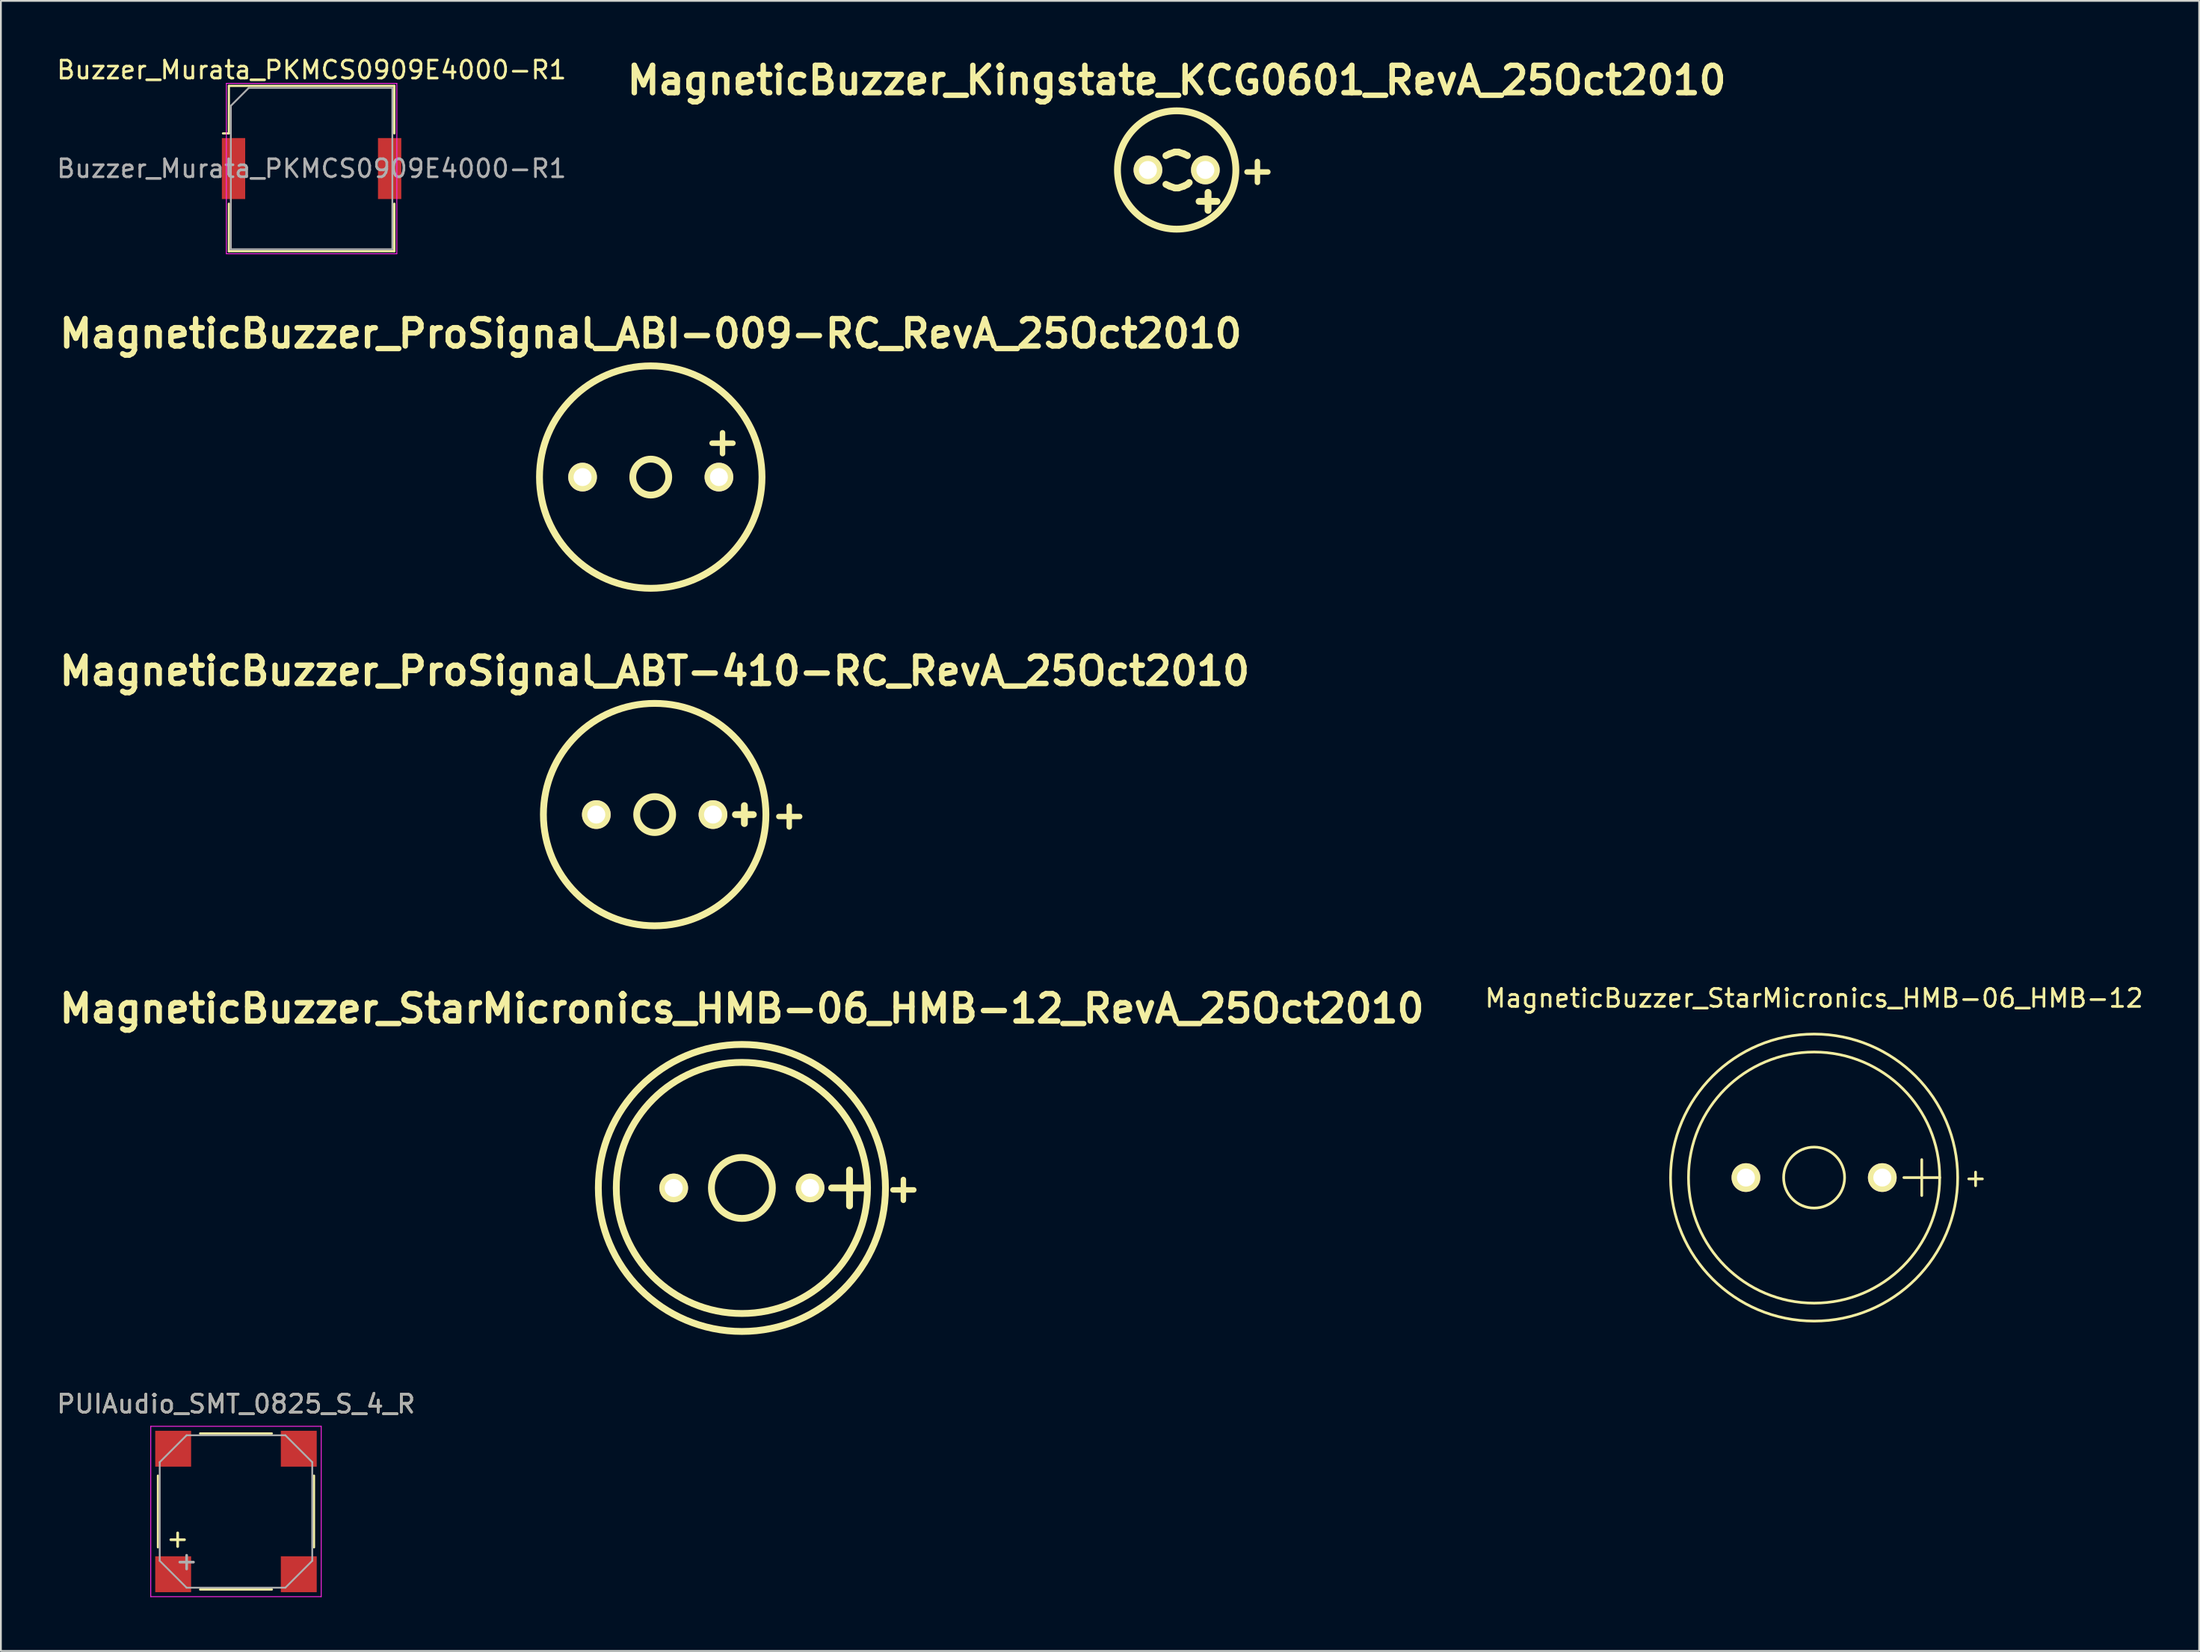
<source format=kicad_pcb>
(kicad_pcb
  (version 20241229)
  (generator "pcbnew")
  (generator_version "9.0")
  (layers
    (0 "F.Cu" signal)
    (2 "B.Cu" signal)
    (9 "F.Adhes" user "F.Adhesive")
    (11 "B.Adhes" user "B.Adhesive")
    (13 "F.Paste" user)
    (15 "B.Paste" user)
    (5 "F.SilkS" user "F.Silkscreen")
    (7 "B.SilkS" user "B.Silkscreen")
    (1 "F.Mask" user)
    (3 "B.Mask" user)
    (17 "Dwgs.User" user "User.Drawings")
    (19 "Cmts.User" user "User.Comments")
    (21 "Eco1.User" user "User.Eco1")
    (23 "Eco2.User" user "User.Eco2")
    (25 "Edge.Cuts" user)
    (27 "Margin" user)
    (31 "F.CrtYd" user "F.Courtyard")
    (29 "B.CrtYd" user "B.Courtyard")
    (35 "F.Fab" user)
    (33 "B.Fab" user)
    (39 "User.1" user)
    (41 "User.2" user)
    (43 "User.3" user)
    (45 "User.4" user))
  (footprint "MagneticBuzzer_StarMicronics_HMB-06_HMB-12_RevA_25Oct2010"
    (layer "F.Cu")
    (at 38.296 63.186)
    (property "Reference" "MagneticBuzzer_StarMicronics_HMB-06_HMB-12_RevA_25Oct2010" (at 0 -10 0) (layer "F.SilkS") (effects (font (size 1.524 1.524) (thickness 0.305))))
    (attr through_hole)
    (fp_line (start 5.001 0) (end 7 0) (stroke (width 0.381) (type solid)) (layer "F.SilkS"))
    (fp_line (start 5.999 -1.001) (end 5.999 1.001) (stroke (width 0.381) (type solid)) (layer "F.SilkS"))
    (fp_circle (center 0 0) (end 1.699 0) (stroke (width 0.381) (type solid)) (fill no) (layer "F.SilkS"))
    (fp_circle (center 0 0) (end 7 0) (stroke (width 0.381) (type solid)) (fill no) (layer "F.SilkS"))
    (fp_circle (center 0 0) (end 8.001 0) (stroke (width 0.381) (type solid)) (fill no) (layer "F.SilkS"))
    (fp_text user "+" (at 8.999 0 0) (layer "F.SilkS") (effects (font (size 1.524 1.524) (thickness 0.305))))
    (pad "1" thru_hole circle (at -3.8 0) (size 1.6 1.6) (drill 1.001) (layers "*.Cu" "*.Mask" "F.SilkS"))
    (pad "2" thru_hole circle (at 3.8 0) (size 1.6 1.6) (drill 1.001) (layers "*.Cu" "*.Mask" "F.SilkS")))
  (footprint "Buzzer_Murata_PKMCS0909E4000-R1"
    (layer "F.Cu")
    (at 14.315 6.348)
    (property "Reference" "Buzzer_Murata_PKMCS0909E4000-R1" (at 0 -5.5 0) (layer "F.SilkS") (effects (font (size 1 1) (thickness 0.15))))
    (attr smd)
    (fp_line (start -4.61 -4.61) (end 4.61 -4.61) (stroke (width 0.12) (type solid)) (layer "F.SilkS"))
    (fp_line (start -4.61 -1.96) (end -4.94 -1.96) (stroke (width 0.12) (type solid)) (layer "F.SilkS"))
    (fp_line (start -4.61 -1.96) (end -4.61 -4.61) (stroke (width 0.12) (type solid)) (layer "F.SilkS"))
    (fp_line (start -4.61 4.61) (end -4.61 1.96) (stroke (width 0.12) (type solid)) (layer "F.SilkS"))
    (fp_line (start 4.61 -4.61) (end 4.61 -1.96) (stroke (width 0.12) (type solid)) (layer "F.SilkS"))
    (fp_line (start 4.61 1.96) (end 4.61 4.61) (stroke (width 0.12) (type solid)) (layer "F.SilkS"))
    (fp_line (start 4.61 4.61) (end -4.61 4.61) (stroke (width 0.12) (type solid)) (layer "F.SilkS"))
    (fp_line (start -4.75 -4.75) (end 4.75 -4.75) (stroke (width 0.05) (type solid)) (layer "F.CrtYd"))
    (fp_line (start -4.75 4.75) (end -4.75 -4.75) (stroke (width 0.05) (type solid)) (layer "F.CrtYd"))
    (fp_line (start 4.75 4.75) (end -4.75 4.75) (stroke (width 0.05) (type solid)) (layer "F.CrtYd"))
    (fp_line (start 4.75 4.75) (end 4.75 -4.75) (stroke (width 0.05) (type solid)) (layer "F.CrtYd"))
    (fp_line (start -4.5 -3.5) (end -3.5 -4.5) (stroke (width 0.1) (type solid)) (layer "F.Fab"))
    (fp_line (start -4.5 4.5) (end -4.5 -3.5) (stroke (width 0.1) (type solid)) (layer "F.Fab"))
    (fp_line (start -3.5 -4.5) (end 4.5 -4.5) (stroke (width 0.1) (type solid)) (layer "F.Fab"))
    (fp_line (start 4.5 -4.5) (end 4.5 4.5) (stroke (width 0.1) (type solid)) (layer "F.Fab"))
    (fp_line (start 4.5 4.5) (end -4.5 4.5) (stroke (width 0.1) (type solid)) (layer "F.Fab"))
    (fp_text user "${REFERENCE}" (at 0 0 0) (layer "F.Fab") (effects (font (size 1 1) (thickness 0.15))))
    (pad "1" smd rect (at -4.35 0) (size 1.3 3.4) (layers "F.Cu" "F.Mask" "F.Paste"))
    (pad "2" smd rect (at 4.35 0) (size 1.3 3.4) (layers "F.Cu" "F.Mask" "F.Paste")))
  (footprint "MagneticBuzzer_Kingstate_KCG0601_RevA_25Oct2010"
    (layer "F.Cu")
    (at 62.525 6.428)
    (property "Reference" "MagneticBuzzer_Kingstate_KCG0601_RevA_25Oct2010" (at 0 -5.001 0) (layer "F.SilkS") (effects (font (size 1.524 1.524) (thickness 0.305))))
    (attr through_hole)
    (fp_line (start -0.399 -0.899) (end -0.599 -0.8) (stroke (width 0.381) (type solid)) (layer "F.SilkS"))
    (fp_line (start -0.399 0.899) (end -0.599 0.8) (stroke (width 0.381) (type solid)) (layer "F.SilkS"))
    (fp_line (start -0.099 -1.001) (end -0.399 -0.899) (stroke (width 0.381) (type solid)) (layer "F.SilkS"))
    (fp_line (start -0.099 1.001) (end -0.399 0.899) (stroke (width 0.381) (type solid)) (layer "F.SilkS"))
    (fp_line (start 0.099 -1.001) (end -0.099 -1.001) (stroke (width 0.381) (type solid)) (layer "F.SilkS"))
    (fp_line (start 0.099 1.001) (end -0.099 1.001) (stroke (width 0.381) (type solid)) (layer "F.SilkS"))
    (fp_line (start 0.399 -0.899) (end 0.099 -1.001) (stroke (width 0.381) (type solid)) (layer "F.SilkS"))
    (fp_line (start 0.399 0.899) (end 0.099 1.001) (stroke (width 0.381) (type solid)) (layer "F.SilkS"))
    (fp_line (start 0.599 -0.8) (end 0.399 -0.899) (stroke (width 0.381) (type solid)) (layer "F.SilkS"))
    (fp_line (start 0.599 0.8) (end 0.399 0.899) (stroke (width 0.381) (type solid)) (layer "F.SilkS"))
    (fp_line (start 0.701 0.701) (end 0.599 0.8) (stroke (width 0.381) (type solid)) (layer "F.SilkS"))
    (fp_line (start 1.25 1.75) (end 2.25 1.75) (stroke (width 0.381) (type solid)) (layer "F.SilkS"))
    (fp_line (start 1.75 1.25) (end 1.75 2.25) (stroke (width 0.381) (type solid)) (layer "F.SilkS"))
    (fp_circle (center 0 0) (end 3.299 0) (stroke (width 0.381) (type solid)) (fill no) (layer "F.SilkS"))
    (fp_text user "+" (at 4.501 0 0) (layer "F.SilkS") (effects (font (size 1.524 1.524) (thickness 0.305))))
    (pad "1" thru_hole circle (at -1.6 0) (size 1.6 1.6) (drill 1.001) (layers "*.Cu" "*.Mask" "F.SilkS"))
    (pad "2" thru_hole circle (at 1.6 0) (size 1.6 1.6) (drill 1.001) (layers "*.Cu" "*.Mask" "F.SilkS")))
  (footprint "MagneticBuzzer_ProSignal_ABI-009-RC_RevA_25Oct2010"
    (layer "F.Cu")
    (at 33.216 23.551)
    (property "Reference" "MagneticBuzzer_ProSignal_ABI-009-RC_RevA_25Oct2010" (at 0 -8.001 0) (layer "F.SilkS") (effects (font (size 1.524 1.524) (thickness 0.305))))
    (attr through_hole)
    (fp_circle (center 0 0) (end 1.001 0) (stroke (width 0.381) (type solid)) (fill no) (layer "F.SilkS"))
    (fp_circle (center 0 0) (end 6.2 0) (stroke (width 0.381) (type solid)) (fill no) (layer "F.SilkS"))
    (fp_text user "+" (at 4 -1.999 0) (layer "F.SilkS") (effects (font (size 1.524 1.524) (thickness 0.305))))
    (pad "1" thru_hole circle (at -3.8 0) (size 1.6 1.6) (drill 1.001) (layers "*.Cu" "*.Mask" "F.SilkS"))
    (pad "2" thru_hole circle (at 3.8 0) (size 1.6 1.6) (drill 1.001) (layers "*.Cu" "*.Mask" "F.SilkS")))
  (footprint "MagneticBuzzer_ProSignal_ABT-410-RC_RevA_25Oct2010"
    (layer "F.Cu")
    (at 33.434 42.369)
    (property "Reference" "MagneticBuzzer_ProSignal_ABT-410-RC_RevA_25Oct2010" (at 0 -8.001 0) (layer "F.SilkS") (effects (font (size 1.524 1.524) (thickness 0.305))))
    (attr through_hole)
    (fp_line (start 4.501 0) (end 5.499 0) (stroke (width 0.381) (type solid)) (layer "F.SilkS"))
    (fp_line (start 5.001 -0.5) (end 5.001 0.5) (stroke (width 0.381) (type solid)) (layer "F.SilkS"))
    (fp_circle (center 0 0) (end 1.001 0) (stroke (width 0.381) (type solid)) (fill no) (layer "F.SilkS"))
    (fp_circle (center 0 0) (end 6.2 0) (stroke (width 0.381) (type solid)) (fill no) (layer "F.SilkS"))
    (fp_text user "+" (at 7.501 0 0) (layer "F.SilkS") (effects (font (size 1.524 1.524) (thickness 0.305))))
    (pad "1" thru_hole circle (at -3.251 0) (size 1.6 1.6) (drill 1.001) (layers "*.Cu" "*.Mask" "F.SilkS"))
    (pad "2" thru_hole circle (at 3.251 0) (size 1.6 1.6) (drill 1.001) (layers "*.Cu" "*.Mask" "F.SilkS")))
  (footprint "PUIAudio_SMT_0825_S_4_R"
    (layer "F.Cu")
    (at 10.101 81.226)
    (property "Reference" "PUIAudio_SMT_0825_S_4_R" (at 0 -6 0) (layer "F.SilkS") (effects (font (size 1 1) (thickness 0.15))))
    (attr smd)
    (fp_line (start -4.35 -2) (end -4.35 2) (stroke (width 0.12) (type solid)) (layer "F.SilkS"))
    (fp_line (start -2 4.35) (end 2 4.35) (stroke (width 0.12) (type solid)) (layer "F.SilkS"))
    (fp_line (start 2 -4.35) (end -2 -4.35) (stroke (width 0.12) (type solid)) (layer "F.SilkS"))
    (fp_line (start 4.35 2) (end 4.35 -2) (stroke (width 0.12) (type solid)) (layer "F.SilkS"))
    (fp_line (start -4.75 -4.75) (end 4.75 -4.75) (stroke (width 0.05) (type solid)) (layer "F.CrtYd"))
    (fp_line (start -4.75 4.75) (end -4.75 -4.75) (stroke (width 0.05) (type solid)) (layer "F.CrtYd"))
    (fp_line (start 4.75 -4.75) (end 4.75 4.75) (stroke (width 0.05) (type solid)) (layer "F.CrtYd"))
    (fp_line (start 4.75 4.75) (end -4.75 4.75) (stroke (width 0.05) (type solid)) (layer "F.CrtYd"))
    (fp_line (start -4.25 -2.75) (end -2.75 -4.25) (stroke (width 0.1) (type solid)) (layer "F.Fab"))
    (fp_line (start -4.25 2.75) (end -4.25 -2.75) (stroke (width 0.1) (type solid)) (layer "F.Fab"))
    (fp_line (start -2.75 -4.25) (end 2.75 -4.25) (stroke (width 0.1) (type solid)) (layer "F.Fab"))
    (fp_line (start -2.75 4.25) (end -4.25 2.75) (stroke (width 0.1) (type solid)) (layer "F.Fab"))
    (fp_line (start 2.75 -4.25) (end 4.25 -2.75) (stroke (width 0.1) (type solid)) (layer "F.Fab"))
    (fp_line (start 2.75 4.25) (end -2.75 4.25) (stroke (width 0.1) (type solid)) (layer "F.Fab"))
    (fp_line (start 4.25 -2.75) (end 4.25 2.75) (stroke (width 0.1) (type solid)) (layer "F.Fab"))
    (fp_line (start 4.25 2.75) (end 2.75 4.25) (stroke (width 0.1) (type solid)) (layer "F.Fab"))
    (fp_text user "+" (at -3.25 1.5 0) (layer "F.SilkS") (effects (font (size 1 1) (thickness 0.15))))
    (fp_text user "${REFERENCE}" (at 0 -6 0) (layer "F.Fab") (effects (font (size 1 1) (thickness 0.15))))
    (fp_text user "+" (at -2.75 2.75 0) (layer "F.Fab") (effects (font (size 1 1) (thickness 0.15))))
    (pad "1" smd rect (at -3.5 3.5) (size 2 2) (layers "F.Cu" "F.Mask" "F.Paste"))
    (pad "2" smd rect (at 3.5 3.5) (size 2 2) (layers "F.Cu" "F.Mask" "F.Paste"))
    (pad "3" smd rect (at 3.5 -3.5) (size 2 2) (layers "F.Cu" "F.Mask" "F.Paste"))
    (pad "4" smd rect (at -3.5 -3.5) (size 2 2) (layers "F.Cu" "F.Mask" "F.Paste")))
  (footprint "MagneticBuzzer_StarMicronics_HMB-06_HMB-12"
    (layer "F.Cu")
    (at 94.24 62.608)
    (property "Reference" "MagneticBuzzer_StarMicronics_HMB-06_HMB-12" (at 3.81 -10 0) (layer "F.SilkS") (effects (font (size 1 1) (thickness 0.15))))
    (attr through_hole)
    (fp_line (start 8.811 0) (end 10.81 0) (stroke (width 0.15) (type solid)) (layer "F.SilkS"))
    (fp_line (start 9.809 -1.001) (end 9.809 1.001) (stroke (width 0.15) (type solid)) (layer "F.SilkS"))
    (fp_circle (center 3.81 0) (end 5.509 0) (stroke (width 0.15) (type solid)) (fill no) (layer "F.SilkS"))
    (fp_circle (center 3.81 0) (end 10.81 0) (stroke (width 0.15) (type solid)) (fill no) (layer "F.SilkS"))
    (fp_circle (center 3.81 0) (end 11.811 0) (stroke (width 0.15) (type solid)) (fill no) (layer "F.SilkS"))
    (fp_text user "+" (at 12.809 0 0) (layer "F.SilkS") (effects (font (size 1 1) (thickness 0.15))))
    (pad "1" thru_hole circle (at 0.01 0) (size 1.6 1.6) (drill 1.001) (layers "*.Cu" "*.Mask" "F.SilkS"))
    (pad "2" thru_hole circle (at 7.61 0) (size 1.6 1.6) (drill 1.001) (layers "*.Cu" "*.Mask" "F.SilkS")))
  (gr_rect
    (start -3 -3)
    (end 119.509 89.001)
    (stroke (width 0.1) (type default))
    (fill no)
    (layer "Edge.Cuts")))
</source>
